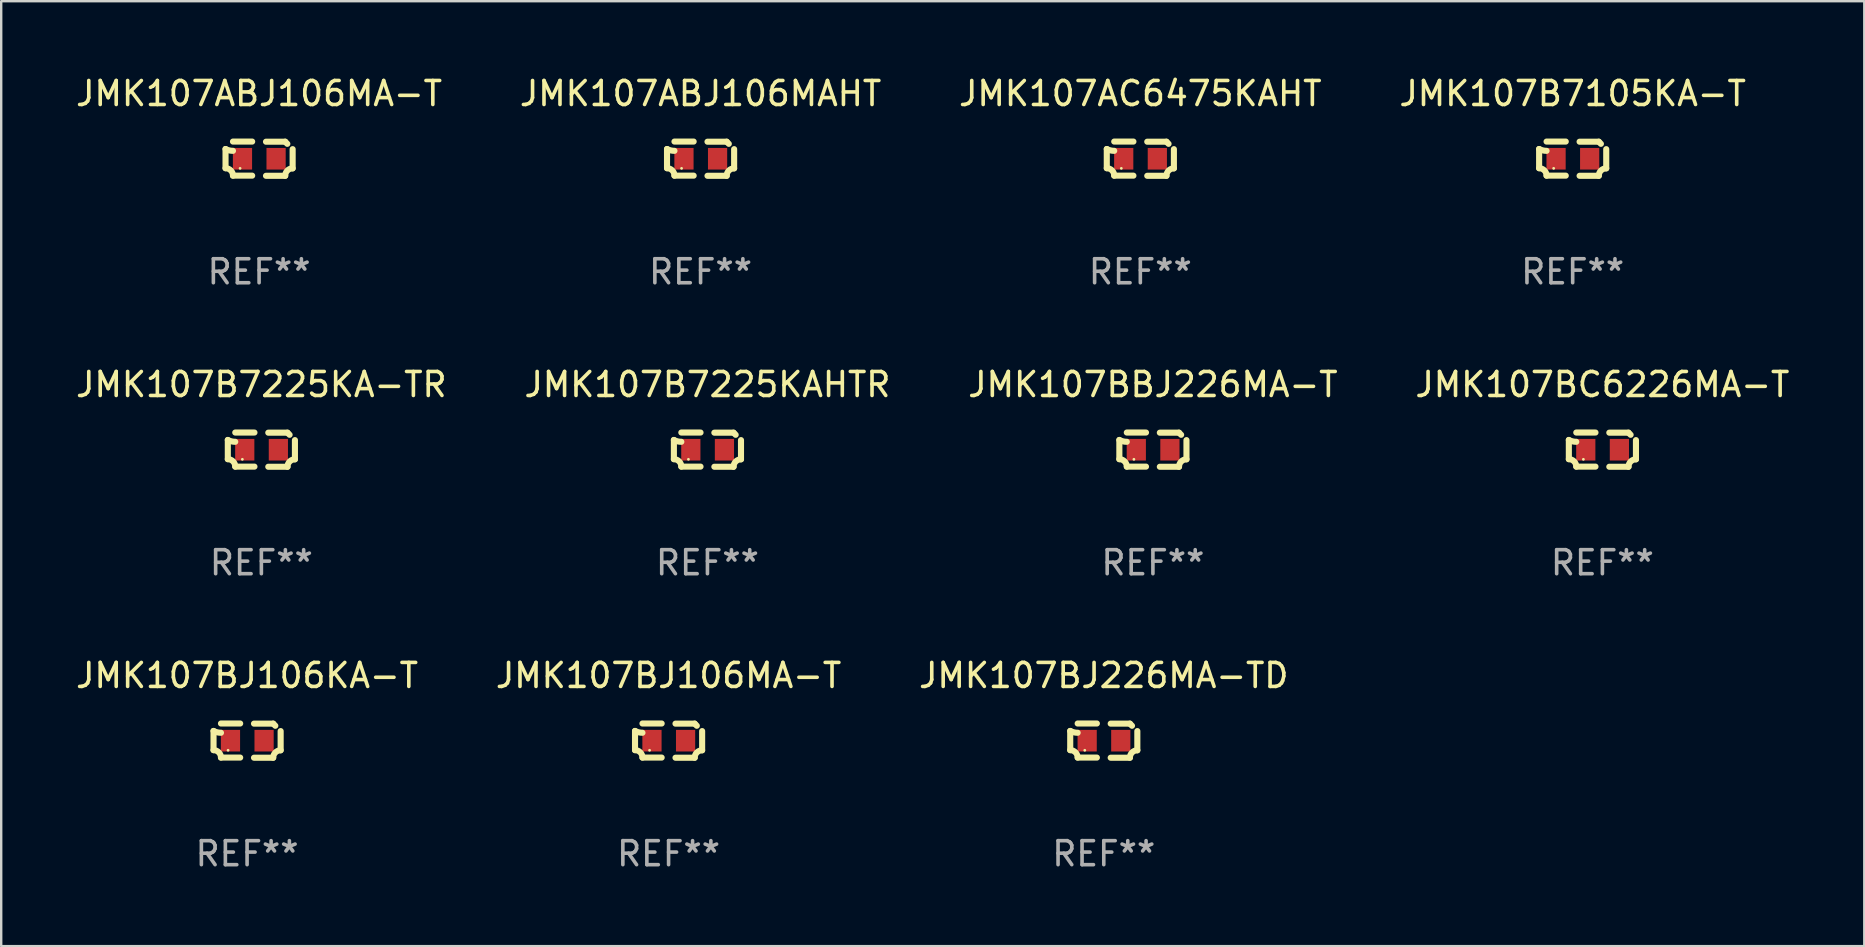
<source format=kicad_pcb>
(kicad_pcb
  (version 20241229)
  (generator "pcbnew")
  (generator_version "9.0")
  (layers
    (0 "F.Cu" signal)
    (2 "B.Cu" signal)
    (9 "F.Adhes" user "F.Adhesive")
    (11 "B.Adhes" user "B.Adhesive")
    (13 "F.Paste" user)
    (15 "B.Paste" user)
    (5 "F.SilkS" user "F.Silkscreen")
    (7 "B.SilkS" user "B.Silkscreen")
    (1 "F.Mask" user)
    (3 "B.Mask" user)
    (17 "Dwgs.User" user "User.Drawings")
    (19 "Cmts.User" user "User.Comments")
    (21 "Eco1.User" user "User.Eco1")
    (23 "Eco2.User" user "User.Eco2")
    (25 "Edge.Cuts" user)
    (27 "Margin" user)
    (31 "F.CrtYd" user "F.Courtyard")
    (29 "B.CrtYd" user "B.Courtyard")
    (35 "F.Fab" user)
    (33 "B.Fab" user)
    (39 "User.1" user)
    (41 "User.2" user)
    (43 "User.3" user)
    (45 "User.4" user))
  (footprint "JMK107ABJ106MAHT"
    (layer "F.Cu")
    (at 26.137 3.561)
    (property "Reference" "JMK107ABJ106MAHT" (at 0 -2.713 0) (layer "F.SilkS") (effects (font (size 1 1) (thickness 0.15))))
    (attr through_hole)
    (fp_line (start -1.398 -0.403) (end -1.398 0.397) (stroke (width 0.254) (type solid)) (layer "F.SilkS"))
    (fp_line (start -0.288 -0.713) (end -1.088 -0.713) (stroke (width 0.254) (type solid)) (layer "F.SilkS"))
    (fp_line (start -0.288 0.707) (end -1.088 0.707) (stroke (width 0.254) (type solid)) (layer "F.SilkS"))
    (fp_line (start 0.288 -0.707) (end 1.088 -0.707) (stroke (width 0.254) (type solid)) (layer "F.SilkS"))
    (fp_line (start 0.288 0.713) (end 1.088 0.713) (stroke (width 0.254) (type solid)) (layer "F.SilkS"))
    (fp_line (start 1.398 -0.397) (end 1.398 0.403) (stroke (width 0.254) (type solid)) (layer "F.SilkS"))
    (fp_arc (start -1.397789 0.397066) (mid -1.178701 0.487826) (end -1.08796 0.706922) (stroke (width 0.254001) (type solid)) (layer "F.SilkS"))
    (fp_arc (start -1.08796 -0.327176) (mid -1.247436 -0.346384) (end -1.39779 -0.402908) (stroke (width 0.254001) (type solid)) (layer "F.SilkS"))
    (fp_arc (start 1.087909 0.712738) (mid 1.178656 0.493655) (end 1.397739 0.402908) (stroke (width 0.254001) (type solid)) (layer "F.SilkS"))
    (fp_arc (start 1.175925 -0.618926) (mid 1.131917 -0.662923) (end 1.08791 -0.706922) (stroke (width 0.254001) (type solid)) (layer "F.SilkS"))
    (fp_circle (center -0.792 0.403) (end -0.762 0.403) (stroke (width 0.06) (type solid)) (fill no) (layer "F.SilkS"))
    (fp_text user "REF**" (at 0 4.713 0) (layer "F.Fab") (effects (font (size 1 1) (thickness 0.15))))
    (pad "1" smd rect (at -0.692 0.003) (size 0.8 0.9) (layers "F.Cu" "F.Mask" "F.Paste"))
    (pad "2" smd rect (at 0.708 0.003) (size 0.8 0.9) (layers "F.Cu" "F.Mask" "F.Paste")))
  (footprint "JMK107BBJ226MA-T"
    (layer "F.Cu")
    (at 44.982 15.683)
    (property "Reference" "JMK107BBJ226MA-T" (at 0 -2.713 0) (layer "F.SilkS") (effects (font (size 1 1) (thickness 0.15))))
    (attr through_hole)
    (fp_line (start -1.398 -0.403) (end -1.398 0.397) (stroke (width 0.254) (type solid)) (layer "F.SilkS"))
    (fp_line (start -0.288 -0.713) (end -1.088 -0.713) (stroke (width 0.254) (type solid)) (layer "F.SilkS"))
    (fp_line (start -0.288 0.707) (end -1.088 0.707) (stroke (width 0.254) (type solid)) (layer "F.SilkS"))
    (fp_line (start 0.288 -0.707) (end 1.088 -0.707) (stroke (width 0.254) (type solid)) (layer "F.SilkS"))
    (fp_line (start 0.288 0.713) (end 1.088 0.713) (stroke (width 0.254) (type solid)) (layer "F.SilkS"))
    (fp_line (start 1.398 -0.397) (end 1.398 0.403) (stroke (width 0.254) (type solid)) (layer "F.SilkS"))
    (fp_arc (start -1.397789 0.397066) (mid -1.178701 0.487826) (end -1.08796 0.706922) (stroke (width 0.254001) (type solid)) (layer "F.SilkS"))
    (fp_arc (start -1.08796 -0.327176) (mid -1.247436 -0.346384) (end -1.39779 -0.402908) (stroke (width 0.254001) (type solid)) (layer "F.SilkS"))
    (fp_arc (start 1.087909 0.712738) (mid 1.178656 0.493655) (end 1.397739 0.402908) (stroke (width 0.254001) (type solid)) (layer "F.SilkS"))
    (fp_arc (start 1.175925 -0.618926) (mid 1.131917 -0.662923) (end 1.08791 -0.706922) (stroke (width 0.254001) (type solid)) (layer "F.SilkS"))
    (fp_circle (center -0.792 0.403) (end -0.762 0.403) (stroke (width 0.06) (type solid)) (fill no) (layer "F.SilkS"))
    (fp_text user "REF**" (at 0 4.713 0) (layer "F.Fab") (effects (font (size 1 1) (thickness 0.15))))
    (pad "1" smd rect (at -0.692 0.003) (size 0.8 0.9) (layers "F.Cu" "F.Mask" "F.Paste"))
    (pad "2" smd rect (at 0.708 0.003) (size 0.8 0.9) (layers "F.Cu" "F.Mask" "F.Paste")))
  (footprint "JMK107B7105KA-T"
    (layer "F.Cu")
    (at 62.47 3.561)
    (property "Reference" "JMK107B7105KA-T" (at 0 -2.713 0) (layer "F.SilkS") (effects (font (size 1 1) (thickness 0.15))))
    (attr through_hole)
    (fp_line (start -1.398 -0.403) (end -1.398 0.397) (stroke (width 0.254) (type solid)) (layer "F.SilkS"))
    (fp_line (start -0.288 -0.713) (end -1.088 -0.713) (stroke (width 0.254) (type solid)) (layer "F.SilkS"))
    (fp_line (start -0.288 0.707) (end -1.088 0.707) (stroke (width 0.254) (type solid)) (layer "F.SilkS"))
    (fp_line (start 0.288 -0.707) (end 1.088 -0.707) (stroke (width 0.254) (type solid)) (layer "F.SilkS"))
    (fp_line (start 0.288 0.713) (end 1.088 0.713) (stroke (width 0.254) (type solid)) (layer "F.SilkS"))
    (fp_line (start 1.398 -0.397) (end 1.398 0.403) (stroke (width 0.254) (type solid)) (layer "F.SilkS"))
    (fp_arc (start -1.397789 0.397066) (mid -1.178701 0.487826) (end -1.08796 0.706922) (stroke (width 0.254001) (type solid)) (layer "F.SilkS"))
    (fp_arc (start -1.08796 -0.327176) (mid -1.247436 -0.346384) (end -1.39779 -0.402908) (stroke (width 0.254001) (type solid)) (layer "F.SilkS"))
    (fp_arc (start 1.087909 0.712738) (mid 1.178656 0.493655) (end 1.397739 0.402908) (stroke (width 0.254001) (type solid)) (layer "F.SilkS"))
    (fp_arc (start 1.175925 -0.618926) (mid 1.131917 -0.662923) (end 1.08791 -0.706922) (stroke (width 0.254001) (type solid)) (layer "F.SilkS"))
    (fp_circle (center -0.792 0.403) (end -0.762 0.403) (stroke (width 0.06) (type solid)) (fill no) (layer "F.SilkS"))
    (fp_text user "REF**" (at 0 4.713 0) (layer "F.Fab") (effects (font (size 1 1) (thickness 0.15))))
    (pad "1" smd rect (at -0.692 0.003) (size 0.8 0.9) (layers "F.Cu" "F.Mask" "F.Paste"))
    (pad "2" smd rect (at 0.708 0.003) (size 0.8 0.9) (layers "F.Cu" "F.Mask" "F.Paste")))
  (footprint "JMK107ABJ106MA-T"
    (layer "F.Cu")
    (at 7.744 3.561)
    (property "Reference" "JMK107ABJ106MA-T" (at 0 -2.713 0) (layer "F.SilkS") (effects (font (size 1 1) (thickness 0.15))))
    (attr through_hole)
    (fp_line (start -1.398 -0.403) (end -1.398 0.397) (stroke (width 0.254) (type solid)) (layer "F.SilkS"))
    (fp_line (start -0.288 -0.713) (end -1.088 -0.713) (stroke (width 0.254) (type solid)) (layer "F.SilkS"))
    (fp_line (start -0.288 0.707) (end -1.088 0.707) (stroke (width 0.254) (type solid)) (layer "F.SilkS"))
    (fp_line (start 0.288 -0.707) (end 1.088 -0.707) (stroke (width 0.254) (type solid)) (layer "F.SilkS"))
    (fp_line (start 0.288 0.713) (end 1.088 0.713) (stroke (width 0.254) (type solid)) (layer "F.SilkS"))
    (fp_line (start 1.398 -0.397) (end 1.398 0.403) (stroke (width 0.254) (type solid)) (layer "F.SilkS"))
    (fp_arc (start -1.397789 0.397066) (mid -1.178701 0.487826) (end -1.08796 0.706922) (stroke (width 0.254001) (type solid)) (layer "F.SilkS"))
    (fp_arc (start -1.08796 -0.327176) (mid -1.247436 -0.346384) (end -1.39779 -0.402908) (stroke (width 0.254001) (type solid)) (layer "F.SilkS"))
    (fp_arc (start 1.087909 0.712738) (mid 1.178656 0.493655) (end 1.397739 0.402908) (stroke (width 0.254001) (type solid)) (layer "F.SilkS"))
    (fp_arc (start 1.175925 -0.618926) (mid 1.131917 -0.662923) (end 1.08791 -0.706922) (stroke (width 0.254001) (type solid)) (layer "F.SilkS"))
    (fp_circle (center -0.792 0.403) (end -0.762 0.403) (stroke (width 0.06) (type solid)) (fill no) (layer "F.SilkS"))
    (fp_text user "REF**" (at 0 4.713 0) (layer "F.Fab") (effects (font (size 1 1) (thickness 0.15))))
    (pad "1" smd rect (at -0.692 0.003) (size 0.8 0.9) (layers "F.Cu" "F.Mask" "F.Paste"))
    (pad "2" smd rect (at 0.708 0.003) (size 0.8 0.9) (layers "F.Cu" "F.Mask" "F.Paste")))
  (footprint "JMK107BJ106MA-T"
    (layer "F.Cu")
    (at 24.804 27.805)
    (property "Reference" "JMK107BJ106MA-T" (at 0 -2.713 0) (layer "F.SilkS") (effects (font (size 1 1) (thickness 0.15))))
    (attr through_hole)
    (fp_line (start -1.398 -0.403) (end -1.398 0.397) (stroke (width 0.254) (type solid)) (layer "F.SilkS"))
    (fp_line (start -0.288 -0.713) (end -1.088 -0.713) (stroke (width 0.254) (type solid)) (layer "F.SilkS"))
    (fp_line (start -0.288 0.707) (end -1.088 0.707) (stroke (width 0.254) (type solid)) (layer "F.SilkS"))
    (fp_line (start 0.288 -0.707) (end 1.088 -0.707) (stroke (width 0.254) (type solid)) (layer "F.SilkS"))
    (fp_line (start 0.288 0.713) (end 1.088 0.713) (stroke (width 0.254) (type solid)) (layer "F.SilkS"))
    (fp_line (start 1.398 -0.397) (end 1.398 0.403) (stroke (width 0.254) (type solid)) (layer "F.SilkS"))
    (fp_arc (start -1.397789 0.397066) (mid -1.178701 0.487826) (end -1.08796 0.706922) (stroke (width 0.254001) (type solid)) (layer "F.SilkS"))
    (fp_arc (start -1.08796 -0.327176) (mid -1.247436 -0.346384) (end -1.39779 -0.402908) (stroke (width 0.254001) (type solid)) (layer "F.SilkS"))
    (fp_arc (start 1.087909 0.712738) (mid 1.178656 0.493655) (end 1.397739 0.402908) (stroke (width 0.254001) (type solid)) (layer "F.SilkS"))
    (fp_arc (start 1.175925 -0.618926) (mid 1.131917 -0.662923) (end 1.08791 -0.706922) (stroke (width 0.254001) (type solid)) (layer "F.SilkS"))
    (fp_circle (center -0.792 0.403) (end -0.762 0.403) (stroke (width 0.06) (type solid)) (fill no) (layer "F.SilkS"))
    (fp_text user "REF**" (at 0 4.713 0) (layer "F.Fab") (effects (font (size 1 1) (thickness 0.15))))
    (pad "1" smd rect (at -0.692 0.003) (size 0.8 0.9) (layers "F.Cu" "F.Mask" "F.Paste"))
    (pad "2" smd rect (at 0.708 0.003) (size 0.8 0.9) (layers "F.Cu" "F.Mask" "F.Paste")))
  (footprint "JMK107BJ106KA-T"
    (layer "F.Cu")
    (at 7.244 27.805)
    (property "Reference" "JMK107BJ106KA-T" (at 0 -2.713 0) (layer "F.SilkS") (effects (font (size 1 1) (thickness 0.15))))
    (attr through_hole)
    (fp_line (start -1.398 -0.403) (end -1.398 0.397) (stroke (width 0.254) (type solid)) (layer "F.SilkS"))
    (fp_line (start -0.288 -0.713) (end -1.088 -0.713) (stroke (width 0.254) (type solid)) (layer "F.SilkS"))
    (fp_line (start -0.288 0.707) (end -1.088 0.707) (stroke (width 0.254) (type solid)) (layer "F.SilkS"))
    (fp_line (start 0.288 -0.707) (end 1.088 -0.707) (stroke (width 0.254) (type solid)) (layer "F.SilkS"))
    (fp_line (start 0.288 0.713) (end 1.088 0.713) (stroke (width 0.254) (type solid)) (layer "F.SilkS"))
    (fp_line (start 1.398 -0.397) (end 1.398 0.403) (stroke (width 0.254) (type solid)) (layer "F.SilkS"))
    (fp_arc (start -1.397789 0.397066) (mid -1.178701 0.487826) (end -1.08796 0.706922) (stroke (width 0.254001) (type solid)) (layer "F.SilkS"))
    (fp_arc (start -1.08796 -0.327176) (mid -1.247436 -0.346384) (end -1.39779 -0.402908) (stroke (width 0.254001) (type solid)) (layer "F.SilkS"))
    (fp_arc (start 1.087909 0.712738) (mid 1.178656 0.493655) (end 1.397739 0.402908) (stroke (width 0.254001) (type solid)) (layer "F.SilkS"))
    (fp_arc (start 1.175925 -0.618926) (mid 1.131917 -0.662923) (end 1.08791 -0.706922) (stroke (width 0.254001) (type solid)) (layer "F.SilkS"))
    (fp_circle (center -0.792 0.403) (end -0.762 0.403) (stroke (width 0.06) (type solid)) (fill no) (layer "F.SilkS"))
    (fp_text user "REF**" (at 0 4.713 0) (layer "F.Fab") (effects (font (size 1 1) (thickness 0.15))))
    (pad "1" smd rect (at -0.692 0.003) (size 0.8 0.9) (layers "F.Cu" "F.Mask" "F.Paste"))
    (pad "2" smd rect (at 0.708 0.003) (size 0.8 0.9) (layers "F.Cu" "F.Mask" "F.Paste")))
  (footprint "JMK107BJ226MA-TD"
    (layer "F.Cu")
    (at 42.935 27.805)
    (property "Reference" "JMK107BJ226MA-TD" (at 0 -2.713 0) (layer "F.SilkS") (effects (font (size 1 1) (thickness 0.15))))
    (attr through_hole)
    (fp_line (start -1.398 -0.403) (end -1.398 0.397) (stroke (width 0.254) (type solid)) (layer "F.SilkS"))
    (fp_line (start -0.288 -0.713) (end -1.088 -0.713) (stroke (width 0.254) (type solid)) (layer "F.SilkS"))
    (fp_line (start -0.288 0.707) (end -1.088 0.707) (stroke (width 0.254) (type solid)) (layer "F.SilkS"))
    (fp_line (start 0.288 -0.707) (end 1.088 -0.707) (stroke (width 0.254) (type solid)) (layer "F.SilkS"))
    (fp_line (start 0.288 0.713) (end 1.088 0.713) (stroke (width 0.254) (type solid)) (layer "F.SilkS"))
    (fp_line (start 1.398 -0.397) (end 1.398 0.403) (stroke (width 0.254) (type solid)) (layer "F.SilkS"))
    (fp_arc (start -1.397789 0.397066) (mid -1.178701 0.487826) (end -1.08796 0.706922) (stroke (width 0.254001) (type solid)) (layer "F.SilkS"))
    (fp_arc (start -1.08796 -0.327176) (mid -1.247436 -0.346384) (end -1.39779 -0.402908) (stroke (width 0.254001) (type solid)) (layer "F.SilkS"))
    (fp_arc (start 1.087909 0.712738) (mid 1.178656 0.493655) (end 1.397739 0.402908) (stroke (width 0.254001) (type solid)) (layer "F.SilkS"))
    (fp_arc (start 1.175925 -0.618926) (mid 1.131917 -0.662923) (end 1.08791 -0.706922) (stroke (width 0.254001) (type solid)) (layer "F.SilkS"))
    (fp_circle (center -0.792 0.403) (end -0.762 0.403) (stroke (width 0.06) (type solid)) (fill no) (layer "F.SilkS"))
    (fp_text user "REF**" (at 0 4.713 0) (layer "F.Fab") (effects (font (size 1 1) (thickness 0.15))))
    (pad "1" smd rect (at -0.692 0.003) (size 0.8 0.9) (layers "F.Cu" "F.Mask" "F.Paste"))
    (pad "2" smd rect (at 0.708 0.003) (size 0.8 0.9) (layers "F.Cu" "F.Mask" "F.Paste")))
  (footprint "JMK107B7225KAHTR"
    (layer "F.Cu")
    (at 26.423 15.683)
    (property "Reference" "JMK107B7225KAHTR" (at 0 -2.713 0) (layer "F.SilkS") (effects (font (size 1 1) (thickness 0.15))))
    (attr through_hole)
    (fp_line (start -1.398 -0.403) (end -1.398 0.397) (stroke (width 0.254) (type solid)) (layer "F.SilkS"))
    (fp_line (start -0.288 -0.713) (end -1.088 -0.713) (stroke (width 0.254) (type solid)) (layer "F.SilkS"))
    (fp_line (start -0.288 0.707) (end -1.088 0.707) (stroke (width 0.254) (type solid)) (layer "F.SilkS"))
    (fp_line (start 0.288 -0.707) (end 1.088 -0.707) (stroke (width 0.254) (type solid)) (layer "F.SilkS"))
    (fp_line (start 0.288 0.713) (end 1.088 0.713) (stroke (width 0.254) (type solid)) (layer "F.SilkS"))
    (fp_line (start 1.398 -0.397) (end 1.398 0.403) (stroke (width 0.254) (type solid)) (layer "F.SilkS"))
    (fp_arc (start -1.397789 0.397066) (mid -1.178701 0.487826) (end -1.08796 0.706922) (stroke (width 0.254001) (type solid)) (layer "F.SilkS"))
    (fp_arc (start -1.08796 -0.327176) (mid -1.247436 -0.346384) (end -1.39779 -0.402908) (stroke (width 0.254001) (type solid)) (layer "F.SilkS"))
    (fp_arc (start 1.087909 0.712738) (mid 1.178656 0.493655) (end 1.397739 0.402908) (stroke (width 0.254001) (type solid)) (layer "F.SilkS"))
    (fp_arc (start 1.175925 -0.618926) (mid 1.131917 -0.662923) (end 1.08791 -0.706922) (stroke (width 0.254001) (type solid)) (layer "F.SilkS"))
    (fp_circle (center -0.792 0.403) (end -0.762 0.403) (stroke (width 0.06) (type solid)) (fill no) (layer "F.SilkS"))
    (fp_text user "REF**" (at 0 4.713 0) (layer "F.Fab") (effects (font (size 1 1) (thickness 0.15))))
    (pad "1" smd rect (at -0.692 0.003) (size 0.8 0.9) (layers "F.Cu" "F.Mask" "F.Paste"))
    (pad "2" smd rect (at 0.708 0.003) (size 0.8 0.9) (layers "F.Cu" "F.Mask" "F.Paste")))
  (footprint "JMK107B7225KA-TR"
    (layer "F.Cu")
    (at 7.839 15.683)
    (property "Reference" "JMK107B7225KA-TR" (at 0 -2.713 0) (layer "F.SilkS") (effects (font (size 1 1) (thickness 0.15))))
    (attr through_hole)
    (fp_line (start -1.398 -0.403) (end -1.398 0.397) (stroke (width 0.254) (type solid)) (layer "F.SilkS"))
    (fp_line (start -0.288 -0.713) (end -1.088 -0.713) (stroke (width 0.254) (type solid)) (layer "F.SilkS"))
    (fp_line (start -0.288 0.707) (end -1.088 0.707) (stroke (width 0.254) (type solid)) (layer "F.SilkS"))
    (fp_line (start 0.288 -0.707) (end 1.088 -0.707) (stroke (width 0.254) (type solid)) (layer "F.SilkS"))
    (fp_line (start 0.288 0.713) (end 1.088 0.713) (stroke (width 0.254) (type solid)) (layer "F.SilkS"))
    (fp_line (start 1.398 -0.397) (end 1.398 0.403) (stroke (width 0.254) (type solid)) (layer "F.SilkS"))
    (fp_arc (start -1.397789 0.397066) (mid -1.178701 0.487826) (end -1.08796 0.706922) (stroke (width 0.254001) (type solid)) (layer "F.SilkS"))
    (fp_arc (start -1.08796 -0.327176) (mid -1.247436 -0.346384) (end -1.39779 -0.402908) (stroke (width 0.254001) (type solid)) (layer "F.SilkS"))
    (fp_arc (start 1.087909 0.712738) (mid 1.178656 0.493655) (end 1.397739 0.402908) (stroke (width 0.254001) (type solid)) (layer "F.SilkS"))
    (fp_arc (start 1.175925 -0.618926) (mid 1.131917 -0.662923) (end 1.08791 -0.706922) (stroke (width 0.254001) (type solid)) (layer "F.SilkS"))
    (fp_circle (center -0.792 0.403) (end -0.762 0.403) (stroke (width 0.06) (type solid)) (fill no) (layer "F.SilkS"))
    (fp_text user "REF**" (at 0 4.713 0) (layer "F.Fab") (effects (font (size 1 1) (thickness 0.15))))
    (pad "1" smd rect (at -0.692 0.003) (size 0.8 0.9) (layers "F.Cu" "F.Mask" "F.Paste"))
    (pad "2" smd rect (at 0.708 0.003) (size 0.8 0.9) (layers "F.Cu" "F.Mask" "F.Paste")))
  (footprint "JMK107AC6475KAHT"
    (layer "F.Cu")
    (at 44.458 3.561)
    (property "Reference" "JMK107AC6475KAHT" (at 0 -2.713 0) (layer "F.SilkS") (effects (font (size 1 1) (thickness 0.15))))
    (attr through_hole)
    (fp_line (start -1.398 -0.403) (end -1.398 0.397) (stroke (width 0.254) (type solid)) (layer "F.SilkS"))
    (fp_line (start -0.288 -0.713) (end -1.088 -0.713) (stroke (width 0.254) (type solid)) (layer "F.SilkS"))
    (fp_line (start -0.288 0.707) (end -1.088 0.707) (stroke (width 0.254) (type solid)) (layer "F.SilkS"))
    (fp_line (start 0.288 -0.707) (end 1.088 -0.707) (stroke (width 0.254) (type solid)) (layer "F.SilkS"))
    (fp_line (start 0.288 0.713) (end 1.088 0.713) (stroke (width 0.254) (type solid)) (layer "F.SilkS"))
    (fp_line (start 1.398 -0.397) (end 1.398 0.403) (stroke (width 0.254) (type solid)) (layer "F.SilkS"))
    (fp_arc (start -1.397789 0.397066) (mid -1.178701 0.487826) (end -1.08796 0.706922) (stroke (width 0.254001) (type solid)) (layer "F.SilkS"))
    (fp_arc (start -1.08796 -0.327176) (mid -1.247436 -0.346384) (end -1.39779 -0.402908) (stroke (width 0.254001) (type solid)) (layer "F.SilkS"))
    (fp_arc (start 1.087909 0.712738) (mid 1.178656 0.493655) (end 1.397739 0.402908) (stroke (width 0.254001) (type solid)) (layer "F.SilkS"))
    (fp_arc (start 1.175925 -0.618926) (mid 1.131917 -0.662923) (end 1.08791 -0.706922) (stroke (width 0.254001) (type solid)) (layer "F.SilkS"))
    (fp_circle (center -0.792 0.403) (end -0.762 0.403) (stroke (width 0.06) (type solid)) (fill no) (layer "F.SilkS"))
    (fp_text user "REF**" (at 0 4.713 0) (layer "F.Fab") (effects (font (size 1 1) (thickness 0.15))))
    (pad "1" smd rect (at -0.692 0.003) (size 0.8 0.9) (layers "F.Cu" "F.Mask" "F.Paste"))
    (pad "2" smd rect (at 0.708 0.003) (size 0.8 0.9) (layers "F.Cu" "F.Mask" "F.Paste")))
  (footprint "JMK107BC6226MA-T"
    (layer "F.Cu")
    (at 63.708 15.683)
    (property "Reference" "JMK107BC6226MA-T" (at 0 -2.713 0) (layer "F.SilkS") (effects (font (size 1 1) (thickness 0.15))))
    (attr through_hole)
    (fp_line (start -1.398 -0.403) (end -1.398 0.397) (stroke (width 0.254) (type solid)) (layer "F.SilkS"))
    (fp_line (start -0.288 -0.713) (end -1.088 -0.713) (stroke (width 0.254) (type solid)) (layer "F.SilkS"))
    (fp_line (start -0.288 0.707) (end -1.088 0.707) (stroke (width 0.254) (type solid)) (layer "F.SilkS"))
    (fp_line (start 0.288 -0.707) (end 1.088 -0.707) (stroke (width 0.254) (type solid)) (layer "F.SilkS"))
    (fp_line (start 0.288 0.713) (end 1.088 0.713) (stroke (width 0.254) (type solid)) (layer "F.SilkS"))
    (fp_line (start 1.398 -0.397) (end 1.398 0.403) (stroke (width 0.254) (type solid)) (layer "F.SilkS"))
    (fp_arc (start -1.397789 0.397066) (mid -1.178701 0.487826) (end -1.08796 0.706922) (stroke (width 0.254001) (type solid)) (layer "F.SilkS"))
    (fp_arc (start -1.08796 -0.327176) (mid -1.247436 -0.346384) (end -1.39779 -0.402908) (stroke (width 0.254001) (type solid)) (layer "F.SilkS"))
    (fp_arc (start 1.087909 0.712738) (mid 1.178656 0.493655) (end 1.397739 0.402908) (stroke (width 0.254001) (type solid)) (layer "F.SilkS"))
    (fp_arc (start 1.175925 -0.618926) (mid 1.131917 -0.662923) (end 1.08791 -0.706922) (stroke (width 0.254001) (type solid)) (layer "F.SilkS"))
    (fp_circle (center -0.792 0.403) (end -0.762 0.403) (stroke (width 0.06) (type solid)) (fill no) (layer "F.SilkS"))
    (fp_text user "REF**" (at 0 4.713 0) (layer "F.Fab") (effects (font (size 1 1) (thickness 0.15))))
    (pad "1" smd rect (at -0.692 0.003) (size 0.8 0.9) (layers "F.Cu" "F.Mask" "F.Paste"))
    (pad "2" smd rect (at 0.708 0.003) (size 0.8 0.9) (layers "F.Cu" "F.Mask" "F.Paste")))
  (gr_rect
    (start -3 -3)
    (end 74.619 36.366)
    (stroke (width 0.1) (type default))
    (fill no)
    (layer "Edge.Cuts")))
</source>
